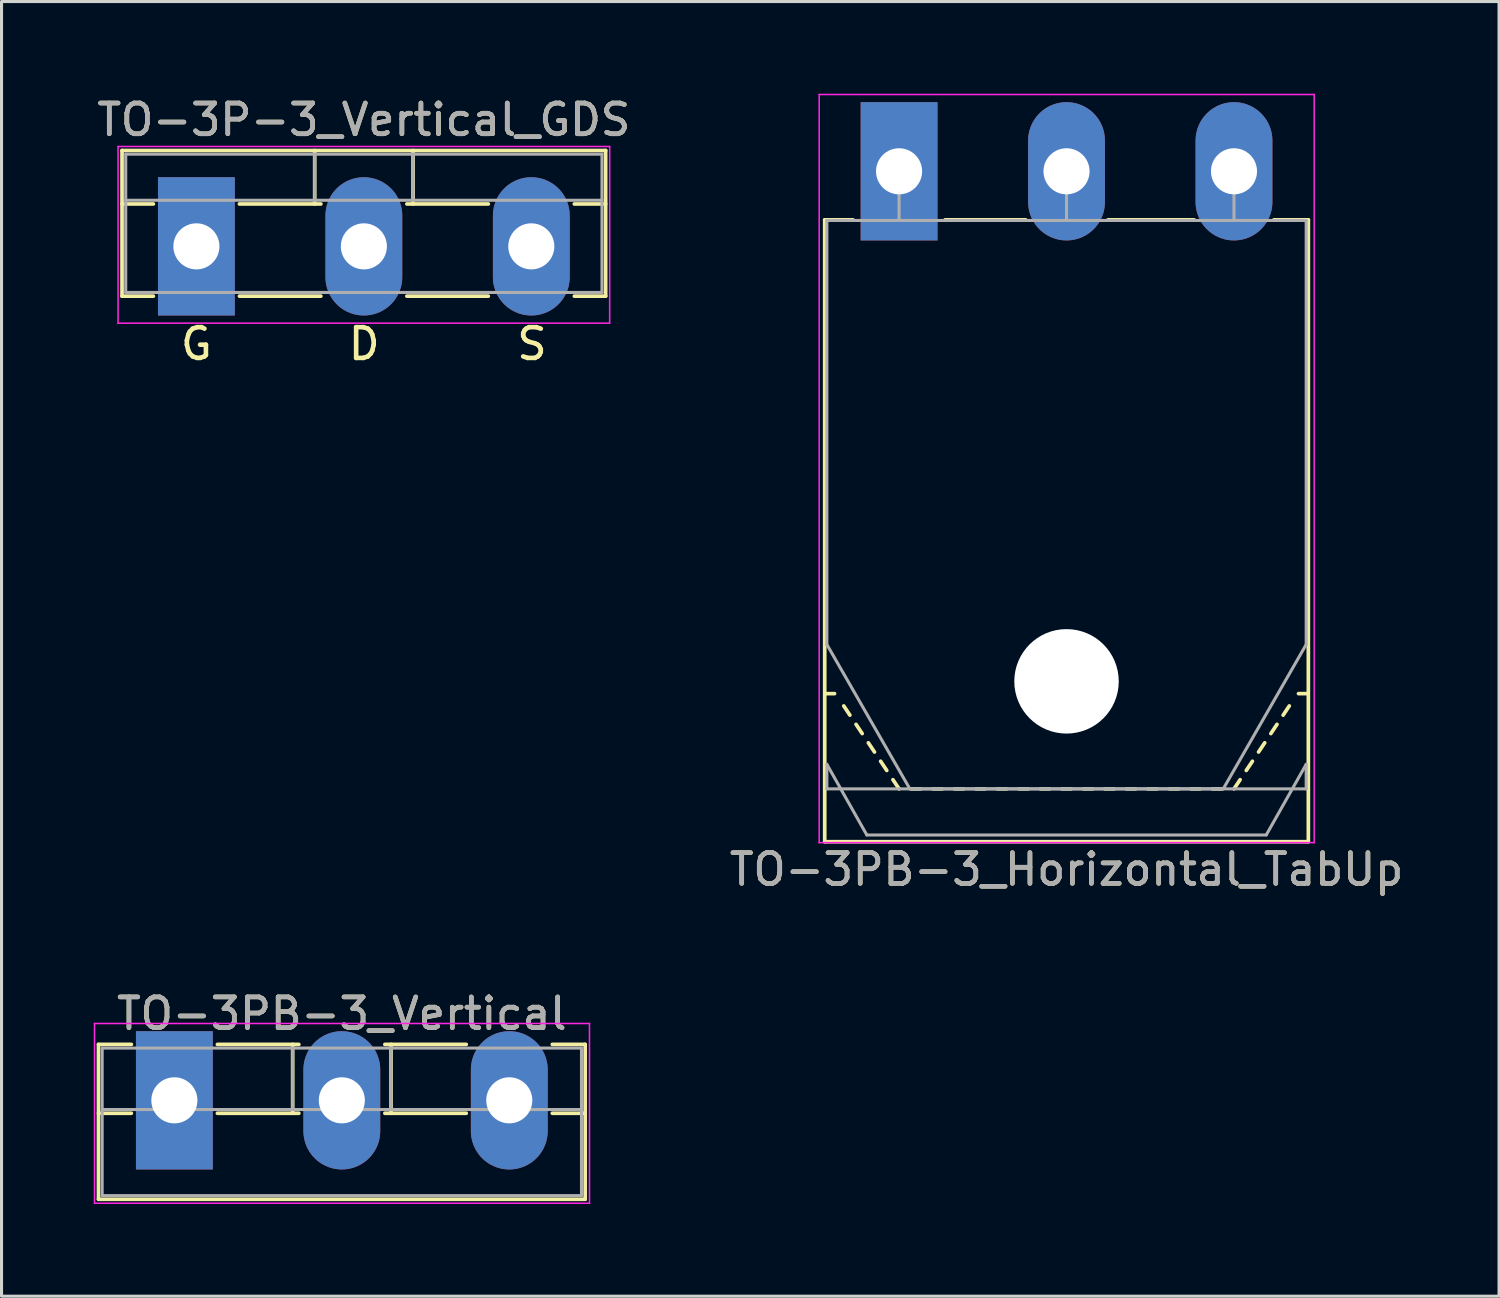
<source format=kicad_pcb>
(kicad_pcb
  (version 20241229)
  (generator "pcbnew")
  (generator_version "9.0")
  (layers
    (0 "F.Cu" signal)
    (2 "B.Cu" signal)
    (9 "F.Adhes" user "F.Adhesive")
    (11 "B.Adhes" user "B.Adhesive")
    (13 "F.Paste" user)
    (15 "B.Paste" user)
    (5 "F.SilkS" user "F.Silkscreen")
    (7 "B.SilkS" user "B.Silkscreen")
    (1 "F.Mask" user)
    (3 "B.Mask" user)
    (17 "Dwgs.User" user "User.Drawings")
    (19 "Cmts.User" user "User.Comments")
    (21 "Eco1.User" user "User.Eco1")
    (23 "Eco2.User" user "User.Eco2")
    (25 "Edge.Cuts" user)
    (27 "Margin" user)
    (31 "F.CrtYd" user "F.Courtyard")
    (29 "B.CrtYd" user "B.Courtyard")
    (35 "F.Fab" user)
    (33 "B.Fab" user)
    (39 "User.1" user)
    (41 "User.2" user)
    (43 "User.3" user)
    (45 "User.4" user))
  (footprint "TO-3P-3_Vertical_GDS"
    (layer "F.Cu")
    (at 3.342 4.968)
    (property "Reference" "TO-3P-3_Vertical_GDS" (at 5.45 -4.12 0) (layer "F.SilkS") (effects (font (size 1 1) (thickness 0.15))))
    (fp_line (start -2.42 -3.12) (end -2.42 1.62) (stroke (width 0.12) (type solid)) (layer "F.SilkS"))
    (fp_line (start -2.42 -3.12) (end 13.32 -3.12) (stroke (width 0.12) (type solid)) (layer "F.SilkS"))
    (fp_line (start -2.42 -1.38) (end -1.4 -1.38) (stroke (width 0.12) (type solid)) (layer "F.SilkS"))
    (fp_line (start -2.42 1.62) (end -1.4 1.62) (stroke (width 0.12) (type solid)) (layer "F.SilkS"))
    (fp_line (start 1.4 -1.38) (end 4.051 -1.38) (stroke (width 0.12) (type solid)) (layer "F.SilkS"))
    (fp_line (start 1.4 1.62) (end 4.051 1.62) (stroke (width 0.12) (type solid)) (layer "F.SilkS"))
    (fp_line (start 3.85 -3.12) (end 3.85 -1.38) (stroke (width 0.12) (type solid)) (layer "F.SilkS"))
    (fp_line (start 6.85 -1.38) (end 9.5 -1.38) (stroke (width 0.12) (type solid)) (layer "F.SilkS"))
    (fp_line (start 6.85 1.62) (end 9.5 1.62) (stroke (width 0.12) (type solid)) (layer "F.SilkS"))
    (fp_line (start 7.051 -3.12) (end 7.051 -1.38) (stroke (width 0.12) (type solid)) (layer "F.SilkS"))
    (fp_line (start 12.3 -1.38) (end 13.32 -1.38) (stroke (width 0.12) (type solid)) (layer "F.SilkS"))
    (fp_line (start 12.3 1.62) (end 13.32 1.62) (stroke (width 0.12) (type solid)) (layer "F.SilkS"))
    (fp_line (start 13.32 -3.12) (end 13.32 1.62) (stroke (width 0.12) (type solid)) (layer "F.SilkS"))
    (fp_line (start -2.55 -3.25) (end -2.55 2.5) (stroke (width 0.05) (type solid)) (layer "F.CrtYd"))
    (fp_line (start -2.55 2.5) (end 13.45 2.5) (stroke (width 0.05) (type solid)) (layer "F.CrtYd"))
    (fp_line (start 13.45 -3.25) (end -2.55 -3.25) (stroke (width 0.05) (type solid)) (layer "F.CrtYd"))
    (fp_line (start 13.45 2.5) (end 13.45 -3.25) (stroke (width 0.05) (type solid)) (layer "F.CrtYd"))
    (fp_line (start -2.3 -3) (end -2.3 1.5) (stroke (width 0.1) (type solid)) (layer "F.Fab"))
    (fp_line (start -2.3 -1.5) (end 13.2 -1.5) (stroke (width 0.1) (type solid)) (layer "F.Fab"))
    (fp_line (start -2.3 1.5) (end 13.2 1.5) (stroke (width 0.1) (type solid)) (layer "F.Fab"))
    (fp_line (start 3.85 -3) (end 3.85 -1.5) (stroke (width 0.1) (type solid)) (layer "F.Fab"))
    (fp_line (start 7.05 -3) (end 7.05 -1.5) (stroke (width 0.1) (type solid)) (layer "F.Fab"))
    (fp_line (start 13.2 -3) (end -2.3 -3) (stroke (width 0.1) (type solid)) (layer "F.Fab"))
    (fp_line (start 13.2 1.5) (end 13.2 -3) (stroke (width 0.1) (type solid)) (layer "F.Fab"))
    (fp_text user "D" (at 5.461 3.175 0) (unlocked yes) (layer "F.SilkS") (effects (font (size 1 1) (thickness 0.15))))
    (fp_text user "S" (at 10.922 3.175 0) (unlocked yes) (layer "F.SilkS") (effects (font (size 1 1) (thickness 0.15))))
    (fp_text user "G" (at 0 3.175 0) (unlocked yes) (layer "F.SilkS") (effects (font (size 1 1) (thickness 0.15))))
    (fp_text user "${REFERENCE}" (at 5.45 -4.12 0) (layer "F.Fab") (effects (font (size 1 1) (thickness 0.15))))
    (pad "1" thru_hole rect (at 0 0) (size 2.5 4.5) (drill 1.5) (layers "*.Cu" "*.Mask"))
    (pad "2" thru_hole oval (at 5.45 0) (size 2.5 4.5) (drill 1.5) (layers "*.Cu" "*.Mask"))
    (pad "3" thru_hole oval (at 10.9 0) (size 2.5 4.5) (drill 1.5) (layers "*.Cu" "*.Mask")))
  (footprint "TO-3PB-3_Horizontal_TabUp"
    (layer "F.Cu")
    (at 26.211 2.525)
    (property "Reference" "TO-3PB-3_Horizontal_TabUp" (at 5.45 22.72 0) (layer "F.SilkS") (effects (font (size 1 1) (thickness 0.15))))
    (attr through_hole)
    (fp_line (start -2.42 21.82) (end -2.42 1.58) (stroke (width 0.12) (type solid)) (layer "F.SilkS"))
    (fp_line (start -2.1 17) (end -2.4 17) (stroke (width 0.12) (type solid)) (layer "F.SilkS"))
    (fp_line (start -1.8 17.4) (end -1.6 17.7) (stroke (width 0.12) (type solid)) (layer "F.SilkS"))
    (fp_line (start -1.5 1.58) (end -2.42 1.58) (stroke (width 0.12) (type solid)) (layer "F.SilkS"))
    (fp_line (start -1.4 18) (end -1.2 18.3) (stroke (width 0.12) (type solid)) (layer "F.SilkS"))
    (fp_line (start -1 18.6) (end -0.8 18.9) (stroke (width 0.12) (type solid)) (layer "F.SilkS"))
    (fp_line (start -0.6 19.2) (end -0.4 19.5) (stroke (width 0.12) (type solid)) (layer "F.SilkS"))
    (fp_line (start -0.2 19.8) (end 0 20.1) (stroke (width 0.12) (type solid)) (layer "F.SilkS"))
    (fp_line (start 0.7 20.1) (end 0.4 20.1) (stroke (width 0.12) (type solid)) (layer "F.SilkS"))
    (fp_line (start 1.4 20.1) (end 1.1 20.1) (stroke (width 0.12) (type solid)) (layer "F.SilkS"))
    (fp_line (start 2.1 20.1) (end 1.8 20.1) (stroke (width 0.12) (type solid)) (layer "F.SilkS"))
    (fp_line (start 2.8 20.1) (end 2.5 20.1) (stroke (width 0.12) (type solid)) (layer "F.SilkS"))
    (fp_line (start 3.5 20.1) (end 3.2 20.1) (stroke (width 0.12) (type solid)) (layer "F.SilkS"))
    (fp_line (start 4.12 1.58) (end 1.5 1.58) (stroke (width 0.12) (type solid)) (layer "F.SilkS"))
    (fp_line (start 4.2 20.1) (end 3.9 20.1) (stroke (width 0.12) (type solid)) (layer "F.SilkS"))
    (fp_line (start 4.9 20.1) (end 4.6 20.1) (stroke (width 0.12) (type solid)) (layer "F.SilkS"))
    (fp_line (start 5.6 20.1) (end 5.3 20.1) (stroke (width 0.12) (type solid)) (layer "F.SilkS"))
    (fp_line (start 6.3 20.1) (end 6 20.1) (stroke (width 0.12) (type solid)) (layer "F.SilkS"))
    (fp_line (start 7 20.1) (end 6.7 20.1) (stroke (width 0.12) (type solid)) (layer "F.SilkS"))
    (fp_line (start 7.7 20.1) (end 7.4 20.1) (stroke (width 0.12) (type solid)) (layer "F.SilkS"))
    (fp_line (start 8.4 20.1) (end 8.1 20.1) (stroke (width 0.12) (type solid)) (layer "F.SilkS"))
    (fp_line (start 9.1 20.1) (end 8.8 20.1) (stroke (width 0.12) (type solid)) (layer "F.SilkS"))
    (fp_line (start 9.6 1.58) (end 6.8 1.58) (stroke (width 0.12) (type solid)) (layer "F.SilkS"))
    (fp_line (start 9.8 20.1) (end 9.5 20.1) (stroke (width 0.12) (type solid)) (layer "F.SilkS"))
    (fp_line (start 10.5 20.1) (end 10.2 20.1) (stroke (width 0.12) (type solid)) (layer "F.SilkS"))
    (fp_line (start 11.1 19.8) (end 10.9 20.1) (stroke (width 0.12) (type solid)) (layer "F.SilkS"))
    (fp_line (start 11.5 19.2) (end 11.3 19.5) (stroke (width 0.12) (type solid)) (layer "F.SilkS"))
    (fp_line (start 11.9 18.6) (end 11.7 18.9) (stroke (width 0.12) (type solid)) (layer "F.SilkS"))
    (fp_line (start 12.3 18) (end 12.1 18.3) (stroke (width 0.12) (type solid)) (layer "F.SilkS"))
    (fp_line (start 12.7 17.4) (end 12.5 17.7) (stroke (width 0.12) (type solid)) (layer "F.SilkS"))
    (fp_line (start 13 17) (end 13.3 17) (stroke (width 0.12) (type solid)) (layer "F.SilkS"))
    (fp_line (start 13.32 1.58) (end 12.2 1.58) (stroke (width 0.12) (type solid)) (layer "F.SilkS"))
    (fp_line (start 13.32 21.82) (end -2.42 21.82) (stroke (width 0.12) (type solid)) (layer "F.SilkS"))
    (fp_line (start 13.32 21.82) (end 13.32 1.58) (stroke (width 0.12) (type solid)) (layer "F.SilkS"))
    (fp_line (start -2.6 -2.5) (end -2.6 21.85) (stroke (width 0.05) (type solid)) (layer "F.CrtYd"))
    (fp_line (start -2.6 21.85) (end 13.51 21.85) (stroke (width 0.05) (type solid)) (layer "F.CrtYd"))
    (fp_line (start 13.51 -2.5) (end -2.6 -2.5) (stroke (width 0.05) (type solid)) (layer "F.CrtYd"))
    (fp_line (start 13.51 21.85) (end 13.51 -2.5) (stroke (width 0.05) (type solid)) (layer "F.CrtYd"))
    (fp_line (start -2.35 1.6) (end -2.35 15.401) (stroke (width 0.1) (type solid)) (layer "F.Fab"))
    (fp_line (start -2.35 15.401) (end 0.351 20.1) (stroke (width 0.1) (type solid)) (layer "F.Fab"))
    (fp_line (start -2.35 19.3) (end -1.05 21.6) (stroke (width 0.1) (type solid)) (layer "F.Fab"))
    (fp_line (start -2.35 20.1) (end -2.35 19.3) (stroke (width 0.1) (type solid)) (layer "F.Fab"))
    (fp_line (start -1.05 21.6) (end 11.95 21.6) (stroke (width 0.1) (type solid)) (layer "F.Fab"))
    (fp_line (start 0 1.6) (end 0 0) (stroke (width 0.1) (type solid)) (layer "F.Fab"))
    (fp_line (start 0.351 20.1) (end 10.55 20.1) (stroke (width 0.1) (type solid)) (layer "F.Fab"))
    (fp_line (start 5.45 1.6) (end 5.45 0) (stroke (width 0.1) (type solid)) (layer "F.Fab"))
    (fp_line (start 10.55 20.1) (end 13.25 15.401) (stroke (width 0.1) (type solid)) (layer "F.Fab"))
    (fp_line (start 10.9 1.6) (end 10.9 0) (stroke (width 0.1) (type solid)) (layer "F.Fab"))
    (fp_line (start 11.95 21.6) (end 13.25 19.3) (stroke (width 0.1) (type solid)) (layer "F.Fab"))
    (fp_line (start 13.25 1.6) (end -2.35 1.6) (stroke (width 0.1) (type solid)) (layer "F.Fab"))
    (fp_line (start 13.25 15.401) (end 13.25 1.6) (stroke (width 0.1) (type solid)) (layer "F.Fab"))
    (fp_line (start 13.25 19.3) (end 13.25 20.1) (stroke (width 0.1) (type solid)) (layer "F.Fab"))
    (fp_line (start 13.25 20.1) (end -2.35 20.1) (stroke (width 0.1) (type solid)) (layer "F.Fab"))
    (fp_circle (center 5.45 16.6) (end 7.05 16.6) (stroke (width 0.1) (type solid)) (fill no) (layer "F.Fab"))
    (fp_text user "${REFERENCE}" (at 5.45 22.72 0) (layer "F.Fab") (effects (font (size 1 1) (thickness 0.15))))
    (pad "" np_thru_hole oval (at 5.45 16.6) (size 3.4 3.4) (drill 3.4) (layers "*.Cu" "*.Mask"))
    (pad "1" thru_hole rect (at 0 0) (size 2.5 4.5) (drill 1.5) (layers "*.Cu" "*.Mask"))
    (pad "2" thru_hole oval (at 5.45 0) (size 2.5 4.5) (drill 1.5) (layers "*.Cu" "*.Mask"))
    (pad "3" thru_hole oval (at 10.9 0) (size 2.5 4.5) (drill 1.5) (layers "*.Cu" "*.Mask")))
  (footprint "TO-3PB-3_Vertical"
    (layer "F.Cu")
    (at 2.625 32.761)
    (property "Reference" "TO-3PB-3_Vertical" (at 5.45 -2.82 0) (layer "F.SilkS") (effects (font (size 1 1) (thickness 0.15))))
    (attr through_hole)
    (fp_line (start -2.47 -1.82) (end -2.47 3.22) (stroke (width 0.12) (type solid)) (layer "F.SilkS"))
    (fp_line (start -2.47 -1.82) (end -1.4 -1.82) (stroke (width 0.12) (type solid)) (layer "F.SilkS"))
    (fp_line (start -2.47 0.421) (end -1.4 0.421) (stroke (width 0.12) (type solid)) (layer "F.SilkS"))
    (fp_line (start -2.47 3.22) (end 13.37 3.22) (stroke (width 0.12) (type solid)) (layer "F.SilkS"))
    (fp_line (start 1.4 -1.82) (end 4.051 -1.82) (stroke (width 0.12) (type solid)) (layer "F.SilkS"))
    (fp_line (start 1.4 0.421) (end 4.051 0.421) (stroke (width 0.12) (type solid)) (layer "F.SilkS"))
    (fp_line (start 3.85 -1.82) (end 3.85 0.421) (stroke (width 0.12) (type solid)) (layer "F.SilkS"))
    (fp_line (start 6.85 -1.82) (end 9.5 -1.82) (stroke (width 0.12) (type solid)) (layer "F.SilkS"))
    (fp_line (start 6.85 0.421) (end 9.5 0.421) (stroke (width 0.12) (type solid)) (layer "F.SilkS"))
    (fp_line (start 7.051 -1.82) (end 7.051 0.421) (stroke (width 0.12) (type solid)) (layer "F.SilkS"))
    (fp_line (start 12.3 -1.82) (end 13.37 -1.82) (stroke (width 0.12) (type solid)) (layer "F.SilkS"))
    (fp_line (start 12.3 0.421) (end 13.37 0.421) (stroke (width 0.12) (type solid)) (layer "F.SilkS"))
    (fp_line (start 13.37 -1.82) (end 13.37 3.22) (stroke (width 0.12) (type solid)) (layer "F.SilkS"))
    (fp_line (start -2.6 -2.5) (end -2.6 3.35) (stroke (width 0.05) (type solid)) (layer "F.CrtYd"))
    (fp_line (start -2.6 3.35) (end 13.51 3.35) (stroke (width 0.05) (type solid)) (layer "F.CrtYd"))
    (fp_line (start 13.51 -2.5) (end -2.6 -2.5) (stroke (width 0.05) (type solid)) (layer "F.CrtYd"))
    (fp_line (start 13.51 3.35) (end 13.51 -2.5) (stroke (width 0.05) (type solid)) (layer "F.CrtYd"))
    (fp_line (start -2.35 -1.7) (end -2.35 3.1) (stroke (width 0.1) (type solid)) (layer "F.Fab"))
    (fp_line (start -2.35 0.3) (end 13.25 0.3) (stroke (width 0.1) (type solid)) (layer "F.Fab"))
    (fp_line (start -2.35 3.1) (end 13.25 3.1) (stroke (width 0.1) (type solid)) (layer "F.Fab"))
    (fp_line (start 3.85 -1.7) (end 3.85 0.3) (stroke (width 0.1) (type solid)) (layer "F.Fab"))
    (fp_line (start 7.05 -1.7) (end 7.05 0.3) (stroke (width 0.1) (type solid)) (layer "F.Fab"))
    (fp_line (start 13.25 -1.7) (end -2.35 -1.7) (stroke (width 0.1) (type solid)) (layer "F.Fab"))
    (fp_line (start 13.25 3.1) (end 13.25 -1.7) (stroke (width 0.1) (type solid)) (layer "F.Fab"))
    (fp_text user "${REFERENCE}" (at 5.45 -2.82 0) (layer "F.Fab") (effects (font (size 1 1) (thickness 0.15))))
    (pad "1" thru_hole rect (at 0 0) (size 2.5 4.5) (drill 1.5) (layers "*.Cu" "*.Mask"))
    (pad "2" thru_hole oval (at 5.45 0) (size 2.5 4.5) (drill 1.5) (layers "*.Cu" "*.Mask"))
    (pad "3" thru_hole oval (at 10.9 0) (size 2.5 4.5) (drill 1.5) (layers "*.Cu" "*.Mask")))
  (gr_rect
    (start -3 -3)
    (end 45.738 39.136)
    (stroke (width 0.1) (type default))
    (fill no)
    (layer "Edge.Cuts")))
</source>
